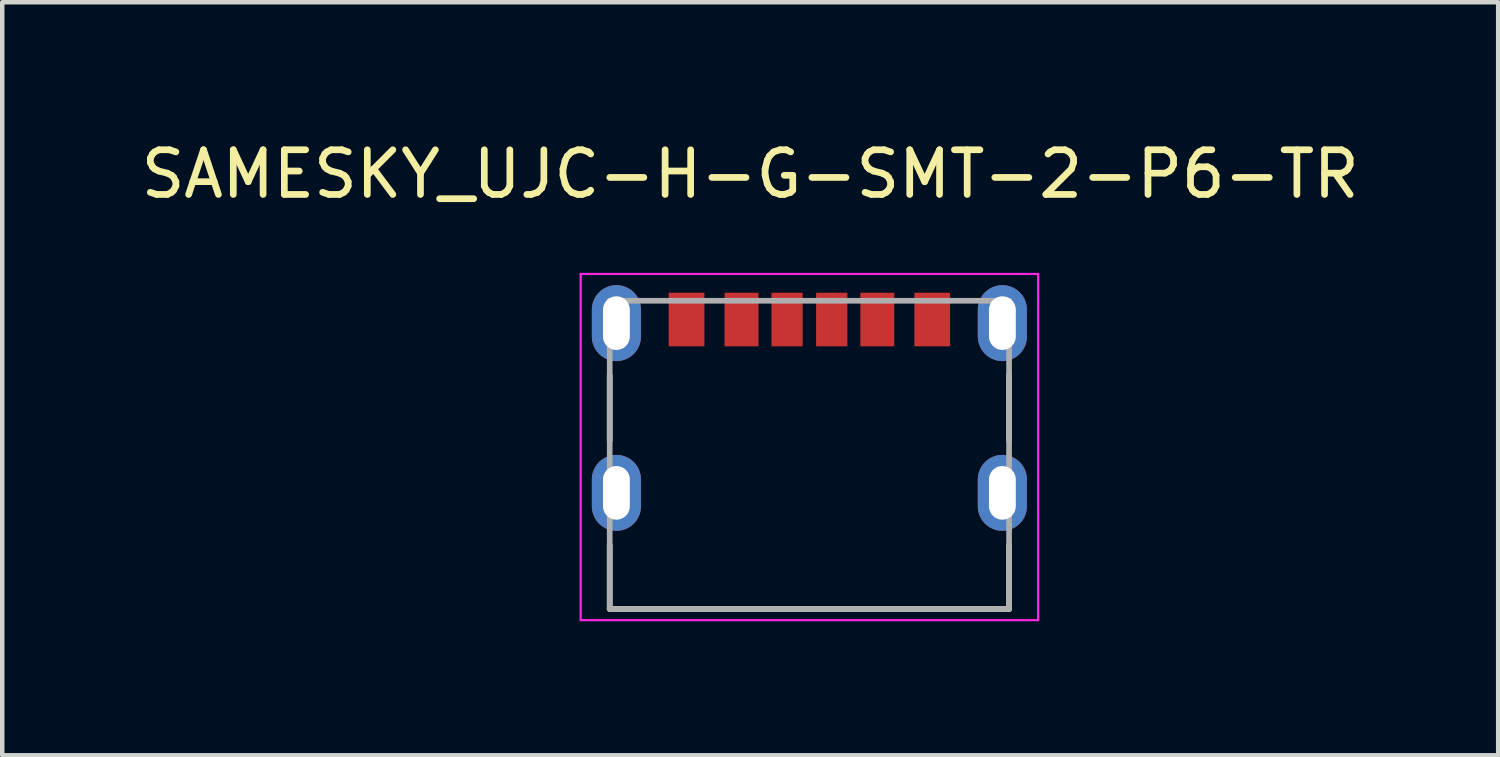
<source format=kicad_pcb>
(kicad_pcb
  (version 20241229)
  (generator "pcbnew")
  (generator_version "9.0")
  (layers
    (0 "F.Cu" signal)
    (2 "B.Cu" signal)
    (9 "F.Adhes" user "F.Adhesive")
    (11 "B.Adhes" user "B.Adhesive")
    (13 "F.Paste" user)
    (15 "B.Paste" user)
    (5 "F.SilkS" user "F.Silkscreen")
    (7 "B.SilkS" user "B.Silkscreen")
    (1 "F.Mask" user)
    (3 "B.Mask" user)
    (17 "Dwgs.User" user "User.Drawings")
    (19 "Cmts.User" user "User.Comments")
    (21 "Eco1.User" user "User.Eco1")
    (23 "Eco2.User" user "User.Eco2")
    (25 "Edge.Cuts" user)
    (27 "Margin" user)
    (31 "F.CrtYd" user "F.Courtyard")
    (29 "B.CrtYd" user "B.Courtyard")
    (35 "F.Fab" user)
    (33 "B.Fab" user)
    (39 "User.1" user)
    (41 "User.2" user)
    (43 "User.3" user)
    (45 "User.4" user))
  (footprint "SAMESKY_UJC-H-G-SMT-2-P6-TR"
    (layer "F.Cu")
    (at 15.069 7.983)
    (property "Reference" "SAMESKY_UJC-H-G-SMT-2-P6-TR" (at -1.325 -7.135 0) (layer "F.SilkS") (effects (font (size 1 1) (thickness 0.15))))
    (attr smd)
    (fp_line (start -4.47 -2.63) (end -4.47 -1.17) (stroke (width 0.127) (type solid)) (layer "F.SilkS"))
    (fp_line (start -4.47 1.17) (end -4.47 2.6) (stroke (width 0.127) (type solid)) (layer "F.SilkS"))
    (fp_line (start -4.47 2.6) (end 4.47 2.6) (stroke (width 0.127) (type solid)) (layer "F.SilkS"))
    (fp_line (start 4.47 -2.63) (end 4.47 -1.17) (stroke (width 0.127) (type solid)) (layer "F.SilkS"))
    (fp_line (start 4.47 2.6) (end 4.47 1.17) (stroke (width 0.127) (type solid)) (layer "F.SilkS"))
    (fp_line (start -5.12 -4.9) (end 5.12 -4.9) (stroke (width 0.05) (type solid)) (layer "F.CrtYd"))
    (fp_line (start -5.12 2.85) (end -5.12 -4.9) (stroke (width 0.05) (type solid)) (layer "F.CrtYd"))
    (fp_line (start 5.12 -4.9) (end 5.12 2.85) (stroke (width 0.05) (type solid)) (layer "F.CrtYd"))
    (fp_line (start 5.12 2.85) (end -5.12 2.85) (stroke (width 0.05) (type solid)) (layer "F.CrtYd"))
    (fp_line (start -4.47 -4.3) (end -4.47 2.6) (stroke (width 0.127) (type solid)) (layer "F.Fab"))
    (fp_line (start -4.47 2.6) (end 4.47 2.6) (stroke (width 0.127) (type solid)) (layer "F.Fab"))
    (fp_line (start 4.47 -4.3) (end -4.47 -4.3) (stroke (width 0.127) (type solid)) (layer "F.Fab"))
    (fp_line (start 4.47 2.6) (end 4.47 -4.3) (stroke (width 0.127) (type solid)) (layer "F.Fab"))
    (pad "A5" smd rect (at -0.5 -3.88) (size 0.7 1.2) (layers "F.Cu" "F.Mask" "F.Paste"))
    (pad "A9" smd rect (at 1.52 -3.88) (size 0.76 1.2) (layers "F.Cu" "F.Mask" "F.Paste"))
    (pad "A12" smd rect (at 2.75 -3.88) (size 0.8 1.2) (layers "F.Cu" "F.Mask" "F.Paste"))
    (pad "B5" smd rect (at 0.5 -3.88) (size 0.7 1.2) (layers "F.Cu" "F.Mask" "F.Paste"))
    (pad "B9" smd rect (at -1.52 -3.88) (size 0.76 1.2) (layers "F.Cu" "F.Mask" "F.Paste"))
    (pad "B12" smd rect (at -2.75 -3.88) (size 0.8 1.2) (layers "F.Cu" "F.Mask" "F.Paste"))
    (pad "SH1" thru_hole oval (at -4.32 -3.8) (size 1.1 1.7) (drill oval 0.6 1.2) (layers "*.Cu" "*.Mask"))
    (pad "SH2" thru_hole oval (at -4.32 0) (size 1.1 1.7) (drill oval 0.6 1.2) (layers "*.Cu" "*.Mask"))
    (pad "SH3" thru_hole oval (at 4.32 -3.8) (size 1.1 1.7) (drill oval 0.6 1.2) (layers "*.Cu" "*.Mask"))
    (pad "SH4" thru_hole oval (at 4.32 0) (size 1.1 1.7) (drill oval 0.6 1.2) (layers "*.Cu" "*.Mask")))
  (gr_rect
    (start -3 -3)
    (end 30.488 13.858)
    (stroke (width 0.1) (type default))
    (fill no)
    (layer "Edge.Cuts")))
</source>
